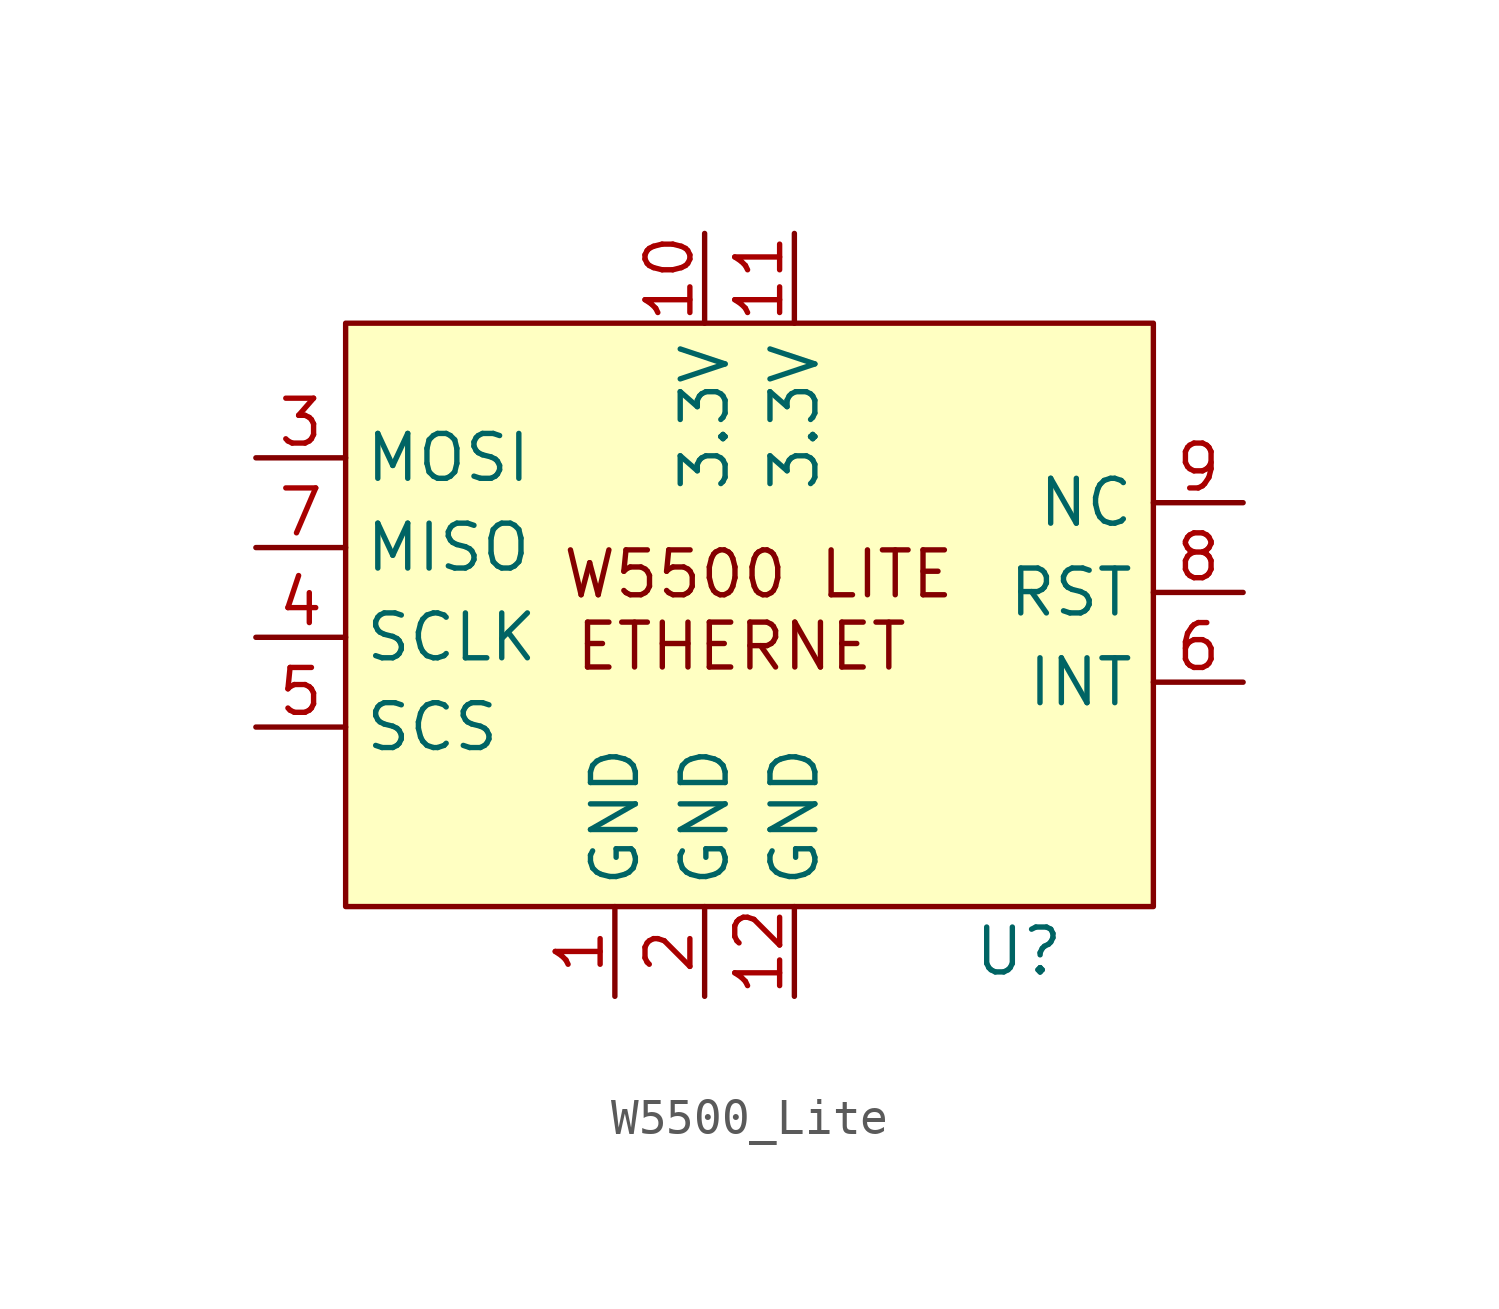
<source format=kicad_sym>
(kicad_symbol_lib
  (version 20231120)
  (generator "kicad_symbol_editor")
  (generator_version "8.0")
  (symbol "W5500_Lite"
    (property "Reference" "U"
      (at 19.05 -1.27 0)
      (effects (font (size 1.27 1.27))))
    (property "Value" ""
      (at 0 0 0)
      (effects (font (size 1.27 1.27))))
    (symbol "W5500_Lite_1_1"
      (rectangle (start 0 16.51) (end 22.86 0) (stroke (width 0) (type default)) (fill (type background)))
      (text "W5500 LITE\nETHERNET " (at 11.684 8.382 0) (effects (font (size 1.27 1.27))))
      (pin power_in line (at 7.62 -2.54 90) (length 2.54) (name "GND" (effects (font (size 1.27 1.27)))) (number "1" (effects (font (size 1.27 1.27)))))
      (pin power_in line (at 10.16 19.05 270) (length 2.54) (name "3.3V" (effects (font (size 1.27 1.27)))) (number "10" (effects (font (size 1.27 1.27)))))
      (pin power_in line (at 12.7 19.05 270) (length 2.54) (name "3.3V" (effects (font (size 1.27 1.27)))) (number "11" (effects (font (size 1.27 1.27)))))
      (pin power_in line (at 12.7 -2.54 90) (length 2.54) (name "GND" (effects (font (size 1.27 1.27)))) (number "12" (effects (font (size 1.27 1.27)))))
      (pin power_in line (at 10.16 -2.54 90) (length 2.54) (name "GND" (effects (font (size 1.27 1.27)))) (number "2" (effects (font (size 1.27 1.27)))))
      (pin bidirectional line (at -2.54 12.7 0) (length 2.54) (name "MOSI" (effects (font (size 1.27 1.27)))) (number "3" (effects (font (size 1.27 1.27)))))
      (pin input line (at -2.54 7.62 0) (length 2.54) (name "SCLK" (effects (font (size 1.27 1.27)))) (number "4" (effects (font (size 1.27 1.27)))))
      (pin input line (at -2.54 5.08 0) (length 2.54) (name "SCS" (effects (font (size 1.27 1.27)))) (number "5" (effects (font (size 1.27 1.27)))))
      (pin input line (at 25.4 6.35 180) (length 2.54) (name "INT" (effects (font (size 1.27 1.27)))) (number "6" (effects (font (size 1.27 1.27)))))
      (pin bidirectional line (at -2.54 10.16 0) (length 2.54) (name "MISO" (effects (font (size 1.27 1.27)))) (number "7" (effects (font (size 1.27 1.27)))))
      (pin input line (at 25.4 8.89 180) (length 2.54) (name "RST" (effects (font (size 1.27 1.27)))) (number "8" (effects (font (size 1.27 1.27)))))
      (pin free line (at 25.4 11.43 180) (length 2.54) (name "NC" (effects (font (size 1.27 1.27)))) (number "9" (effects (font (size 1.27 1.27))))))))
</source>
